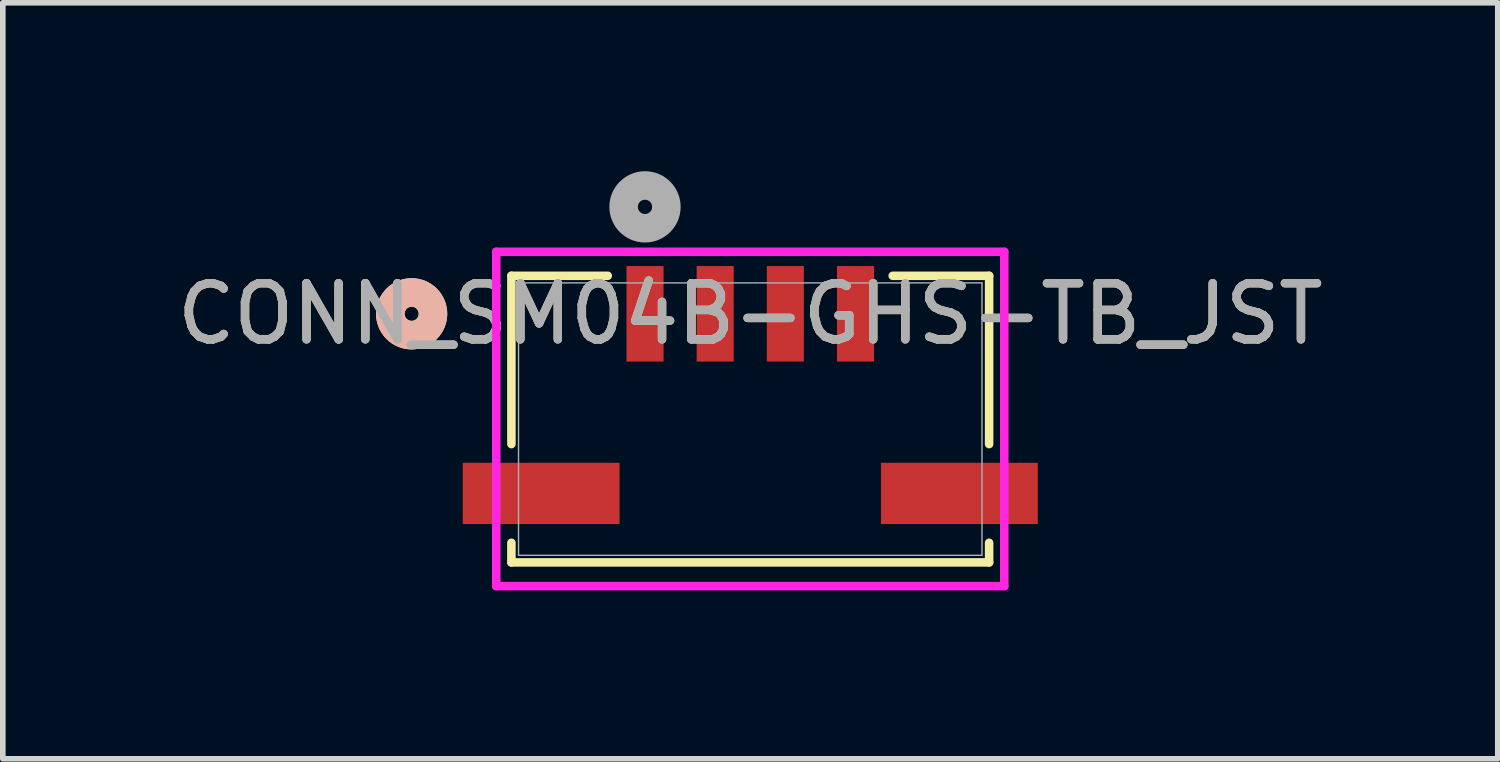
<source format=kicad_pcb>
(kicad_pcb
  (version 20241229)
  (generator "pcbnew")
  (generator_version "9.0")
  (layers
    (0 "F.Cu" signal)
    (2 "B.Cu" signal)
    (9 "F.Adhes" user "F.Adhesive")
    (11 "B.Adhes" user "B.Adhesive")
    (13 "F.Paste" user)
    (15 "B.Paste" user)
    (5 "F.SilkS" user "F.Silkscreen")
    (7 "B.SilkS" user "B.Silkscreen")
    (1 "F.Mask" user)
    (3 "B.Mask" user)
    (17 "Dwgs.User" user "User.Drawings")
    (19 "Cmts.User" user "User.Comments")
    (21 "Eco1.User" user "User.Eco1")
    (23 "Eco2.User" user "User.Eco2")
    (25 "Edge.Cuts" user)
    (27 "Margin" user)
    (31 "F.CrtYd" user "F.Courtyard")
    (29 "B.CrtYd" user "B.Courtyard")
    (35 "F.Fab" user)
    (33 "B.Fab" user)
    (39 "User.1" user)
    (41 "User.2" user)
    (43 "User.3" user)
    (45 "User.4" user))
  (footprint "CONN_SM04B-GHS-TB_JST"
    (layer "F.Cu")
    (at 10.315 4.416)
    (property "Reference" "CONN_SM04B-GHS-TB_JST" (at 0 -1.876 0) (unlocked yes) (layer "F.SilkS") (effects (font (size 1 1) (thickness 0.15))))
    (attr smd)
    (fp_line (start -4.255 -2.553) (end -4.255 0.445) (stroke (width 0.152) (type solid)) (layer "F.SilkS"))
    (fp_line (start -4.255 2.203) (end -4.255 2.553) (stroke (width 0.152) (type solid)) (layer "F.SilkS"))
    (fp_line (start -4.255 2.553) (end 4.255 2.553) (stroke (width 0.152) (type solid)) (layer "F.SilkS"))
    (fp_line (start -2.538 -2.553) (end -4.255 -2.553) (stroke (width 0.152) (type solid)) (layer "F.SilkS"))
    (fp_line (start 4.255 -2.553) (end 2.538 -2.553) (stroke (width 0.152) (type solid)) (layer "F.SilkS"))
    (fp_line (start 4.255 0.445) (end 4.255 -2.553) (stroke (width 0.152) (type solid)) (layer "F.SilkS"))
    (fp_line (start 4.255 2.553) (end 4.255 2.203) (stroke (width 0.152) (type solid)) (layer "F.SilkS"))
    (fp_circle (center -6.032 -1.876) (end -5.652 -1.876) (stroke (width 0.508) (type solid)) (fill no) (layer "F.SilkS"))
    (fp_circle (center -6.032 -1.876) (end -5.652 -1.876) (stroke (width 0.508) (type solid)) (fill no) (layer "B.SilkS"))
    (fp_line (start -4.525 -2.981) (end -4.525 2.975) (stroke (width 0.152) (type solid)) (layer "F.CrtYd"))
    (fp_line (start -4.525 2.975) (end 4.525 2.975) (stroke (width 0.152) (type solid)) (layer "F.CrtYd"))
    (fp_line (start 4.525 -2.981) (end -4.525 -2.981) (stroke (width 0.152) (type solid)) (layer "F.CrtYd"))
    (fp_line (start 4.525 2.975) (end 4.525 -2.981) (stroke (width 0.152) (type solid)) (layer "F.CrtYd"))
    (fp_line (start -4.128 -2.426) (end -4.128 2.426) (stroke (width 0.025) (type solid)) (layer "F.Fab"))
    (fp_line (start -4.128 2.426) (end 4.128 2.426) (stroke (width 0.025) (type solid)) (layer "F.Fab"))
    (fp_line (start 4.128 -2.426) (end -4.128 -2.426) (stroke (width 0.025) (type solid)) (layer "F.Fab"))
    (fp_line (start 4.128 2.426) (end 4.128 -2.426) (stroke (width 0.025) (type solid)) (layer "F.Fab"))
    (fp_circle (center -1.875 -3.781) (end -1.494 -3.781) (stroke (width 0.508) (type solid)) (fill no) (layer "F.Fab"))
    (fp_text user "${REFERENCE}" (at 0 -1.876 0) (unlocked yes) (layer "F.Fab") (effects (font (size 1 1) (thickness 0.15))))
    (pad "1" smd rect (at -1.875 -1.876) (size 0.66 1.702) (layers "F.Cu" "F.Mask" "F.Paste"))
    (pad "2" smd rect (at -0.625 -1.876) (size 0.66 1.702) (layers "F.Cu" "F.Mask" "F.Paste"))
    (pad "3" smd rect (at 0.625 -1.876) (size 0.66 1.702) (layers "F.Cu" "F.Mask" "F.Paste"))
    (pad "4" smd rect (at 1.875 -1.876) (size 0.66 1.702) (layers "F.Cu" "F.Mask" "F.Paste"))
    (pad "5" smd rect (at -3.725 1.324 90) (size 1.092 2.794) (layers "F.Cu" "F.Mask" "F.Paste"))
    (pad "6" smd rect (at 3.725 1.324 90) (size 1.092 2.794) (layers "F.Cu" "F.Mask" "F.Paste")))
  (gr_rect
    (start -3 -3)
    (end 23.631 10.467)
    (stroke (width 0.1) (type default))
    (fill no)
    (layer "Edge.Cuts")))
</source>
